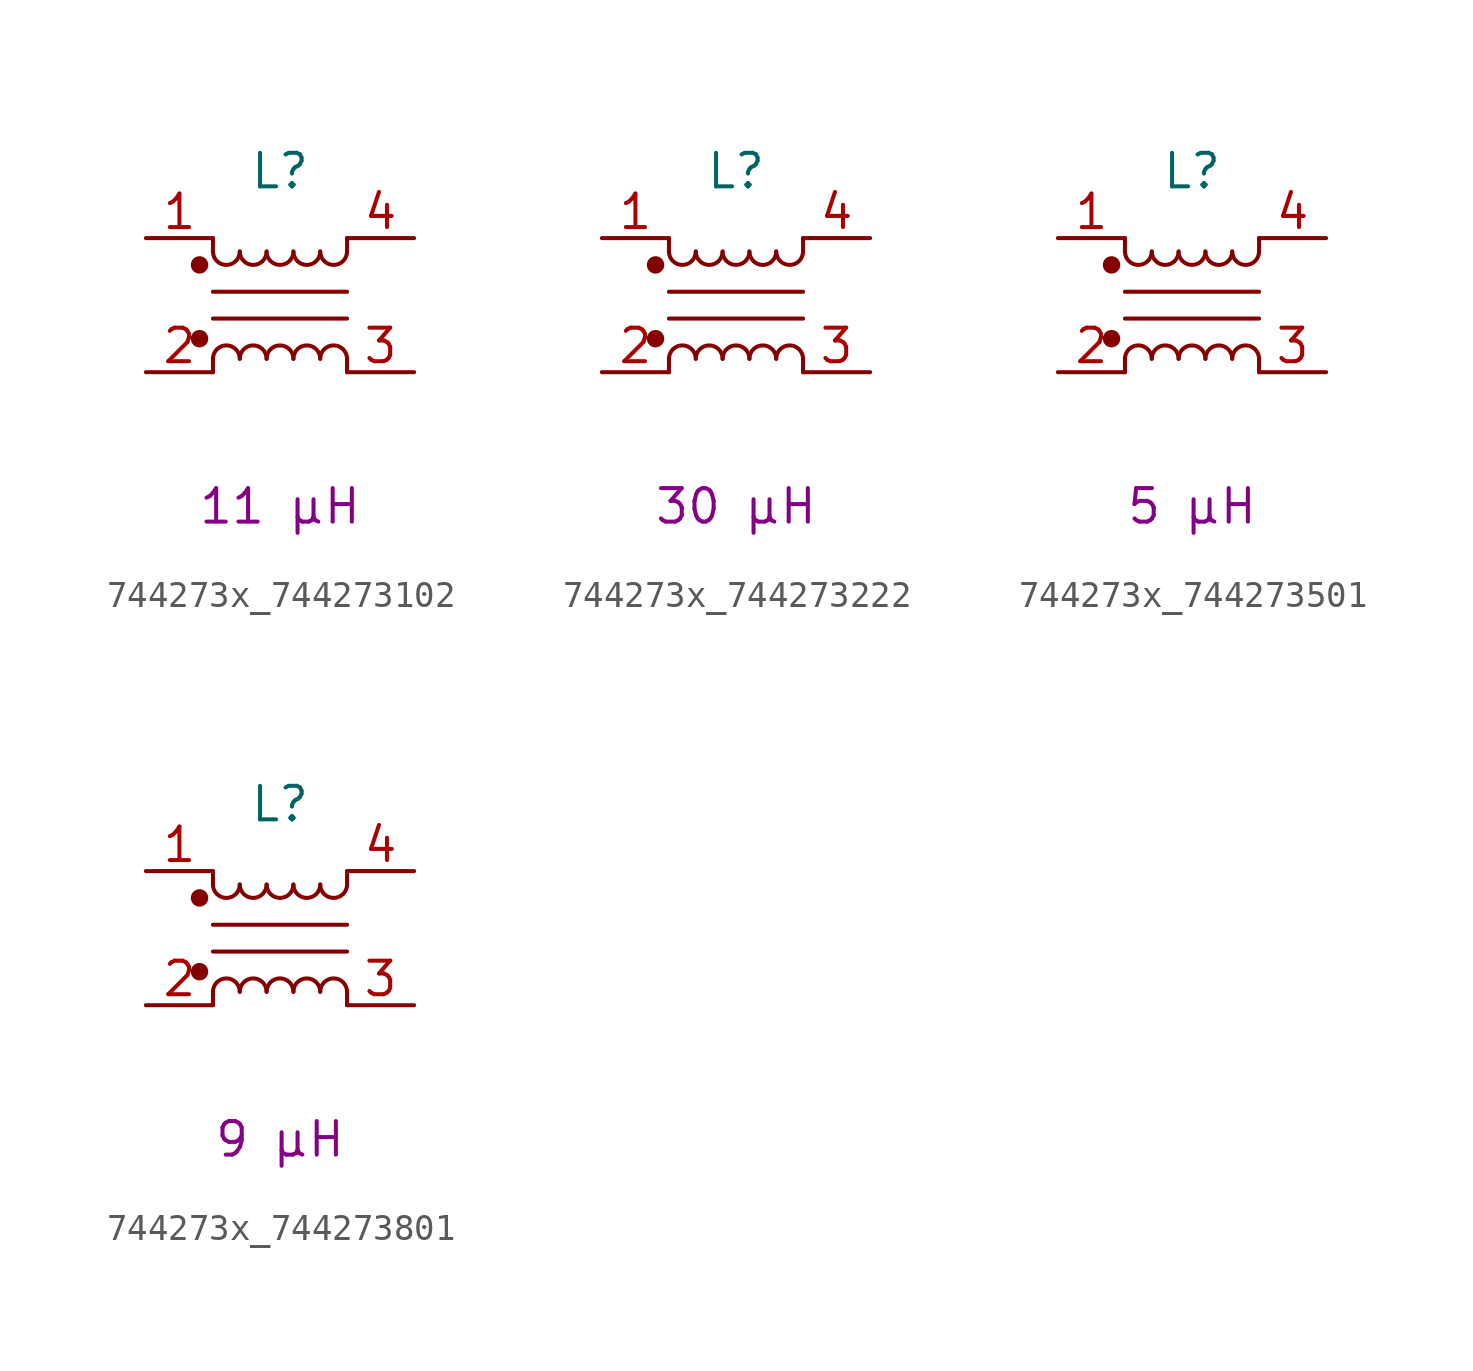
<source format=kicad_sym>
(kicad_symbol_lib
  (version 20220914)
  (generator kicad_symbol_editor)
  (symbol "744273x_744273102"
    (pin_names hide)
    (property "Reference" "L"
      (at 0 5.08 0)
      (effects (font (size 1.27 1.27))))
    (property "Critical Parameter" "11 µH"
      (at 0 -7.62 0)
      (effects (font (size 1.27 1.27))))
    (symbol "744273x_744273102_0_1"
      (circle (center -3.048 -1.27) (radius 0.254) (stroke (width 0) (type default)) (fill (type outline)))
      (circle (center -3.048 1.524) (radius 0.254) (stroke (width 0) (type default)) (fill (type outline)))
      (arc (start -2.54 2.032) (mid -2.032 1.5262) (end -1.524 2.032) (stroke (width 0) (type default)) (fill (type none)))
      (arc (start -1.524 -2.032) (mid -2.032 -1.5262) (end -2.54 -2.032) (stroke (width 0) (type default)) (fill (type none)))
      (arc (start -1.524 2.032) (mid -1.016 1.5262) (end -0.508 2.032) (stroke (width 0) (type default)) (fill (type none)))
      (arc (start -0.508 -2.032) (mid -1.016 -1.5262) (end -1.524 -2.032) (stroke (width 0) (type default)) (fill (type none)))
      (arc (start -0.508 2.032) (mid 0 1.5262) (end 0.508 2.032) (stroke (width 0) (type default)) (fill (type none)))
      (polyline (pts (xy -2.54 -2.032) (xy -2.54 -2.54)) (stroke (width 0) (type default)) (fill (type none)))
      (polyline (pts (xy -2.54 0.508) (xy 2.54 0.508)) (stroke (width 0) (type default)) (fill (type none)))
      (polyline (pts (xy -2.54 2.032) (xy -2.54 2.54)) (stroke (width 0) (type default)) (fill (type none)))
      (polyline (pts (xy 2.54 -2.032) (xy 2.54 -2.54)) (stroke (width 0) (type default)) (fill (type none)))
      (polyline (pts (xy 2.54 -0.508) (xy -2.54 -0.508)) (stroke (width 0) (type default)) (fill (type none)))
      (polyline (pts (xy 2.54 2.54) (xy 2.54 2.032)) (stroke (width 0) (type default)) (fill (type none)))
      (arc (start 0.508 -2.032) (mid 0 -1.5262) (end -0.508 -2.032) (stroke (width 0) (type default)) (fill (type none)))
      (arc (start 0.508 2.032) (mid 1.016 1.5262) (end 1.524 2.032) (stroke (width 0) (type default)) (fill (type none)))
      (arc (start 1.524 -2.032) (mid 1.016 -1.5262) (end 0.508 -2.032) (stroke (width 0) (type default)) (fill (type none)))
      (arc (start 1.524 2.032) (mid 2.032 1.5262) (end 2.54 2.032) (stroke (width 0) (type default)) (fill (type none)))
      (arc (start 2.54 -2.032) (mid 2.032 -1.5262) (end 1.524 -2.032) (stroke (width 0) (type default)) (fill (type none))))
    (symbol "744273x_744273102_1_1"
      (pin passive line (at -5.08 2.54 0) (length 2.54) (name "1" (effects (font (size 1.27 1.27)))) (number "1" (effects (font (size 1.27 1.27)))))
      (pin passive line (at -5.08 -2.54 0) (length 2.54) (name "2" (effects (font (size 1.27 1.27)))) (number "2" (effects (font (size 1.27 1.27)))))
      (pin passive line (at 5.08 -2.54 180) (length 2.54) (name "3" (effects (font (size 1.27 1.27)))) (number "3" (effects (font (size 1.27 1.27)))))
      (pin passive line (at 5.08 2.54 180) (length 2.54) (name "4" (effects (font (size 1.27 1.27)))) (number "4" (effects (font (size 1.27 1.27)))))))
  (symbol "744273x_744273222"
    (pin_names hide)
    (property "Reference" "L"
      (at 0 5.08 0)
      (effects (font (size 1.27 1.27))))
    (property "Critical Parameter" "30 µH"
      (at 0 -7.62 0)
      (effects (font (size 1.27 1.27))))
    (symbol "744273x_744273222_0_1"
      (circle (center -3.048 -1.27) (radius 0.254) (stroke (width 0) (type default)) (fill (type outline)))
      (circle (center -3.048 1.524) (radius 0.254) (stroke (width 0) (type default)) (fill (type outline)))
      (arc (start -2.54 2.032) (mid -2.032 1.5262) (end -1.524 2.032) (stroke (width 0) (type default)) (fill (type none)))
      (arc (start -1.524 -2.032) (mid -2.032 -1.5262) (end -2.54 -2.032) (stroke (width 0) (type default)) (fill (type none)))
      (arc (start -1.524 2.032) (mid -1.016 1.5262) (end -0.508 2.032) (stroke (width 0) (type default)) (fill (type none)))
      (arc (start -0.508 -2.032) (mid -1.016 -1.5262) (end -1.524 -2.032) (stroke (width 0) (type default)) (fill (type none)))
      (arc (start -0.508 2.032) (mid 0 1.5262) (end 0.508 2.032) (stroke (width 0) (type default)) (fill (type none)))
      (polyline (pts (xy -2.54 -2.032) (xy -2.54 -2.54)) (stroke (width 0) (type default)) (fill (type none)))
      (polyline (pts (xy -2.54 0.508) (xy 2.54 0.508)) (stroke (width 0) (type default)) (fill (type none)))
      (polyline (pts (xy -2.54 2.032) (xy -2.54 2.54)) (stroke (width 0) (type default)) (fill (type none)))
      (polyline (pts (xy 2.54 -2.032) (xy 2.54 -2.54)) (stroke (width 0) (type default)) (fill (type none)))
      (polyline (pts (xy 2.54 -0.508) (xy -2.54 -0.508)) (stroke (width 0) (type default)) (fill (type none)))
      (polyline (pts (xy 2.54 2.54) (xy 2.54 2.032)) (stroke (width 0) (type default)) (fill (type none)))
      (arc (start 0.508 -2.032) (mid 0 -1.5262) (end -0.508 -2.032) (stroke (width 0) (type default)) (fill (type none)))
      (arc (start 0.508 2.032) (mid 1.016 1.5262) (end 1.524 2.032) (stroke (width 0) (type default)) (fill (type none)))
      (arc (start 1.524 -2.032) (mid 1.016 -1.5262) (end 0.508 -2.032) (stroke (width 0) (type default)) (fill (type none)))
      (arc (start 1.524 2.032) (mid 2.032 1.5262) (end 2.54 2.032) (stroke (width 0) (type default)) (fill (type none)))
      (arc (start 2.54 -2.032) (mid 2.032 -1.5262) (end 1.524 -2.032) (stroke (width 0) (type default)) (fill (type none))))
    (symbol "744273x_744273222_1_1"
      (pin passive line (at -5.08 2.54 0) (length 2.54) (name "1" (effects (font (size 1.27 1.27)))) (number "1" (effects (font (size 1.27 1.27)))))
      (pin passive line (at -5.08 -2.54 0) (length 2.54) (name "2" (effects (font (size 1.27 1.27)))) (number "2" (effects (font (size 1.27 1.27)))))
      (pin passive line (at 5.08 -2.54 180) (length 2.54) (name "3" (effects (font (size 1.27 1.27)))) (number "3" (effects (font (size 1.27 1.27)))))
      (pin passive line (at 5.08 2.54 180) (length 2.54) (name "4" (effects (font (size 1.27 1.27)))) (number "4" (effects (font (size 1.27 1.27)))))))
  (symbol "744273x_744273501"
    (pin_names hide)
    (property "Reference" "L"
      (at 0 5.08 0)
      (effects (font (size 1.27 1.27))))
    (property "Critical Parameter" "5 µH"
      (at 0 -7.62 0)
      (effects (font (size 1.27 1.27))))
    (symbol "744273x_744273501_0_1"
      (circle (center -3.048 -1.27) (radius 0.254) (stroke (width 0) (type default)) (fill (type outline)))
      (circle (center -3.048 1.524) (radius 0.254) (stroke (width 0) (type default)) (fill (type outline)))
      (arc (start -2.54 2.032) (mid -2.032 1.5262) (end -1.524 2.032) (stroke (width 0) (type default)) (fill (type none)))
      (arc (start -1.524 -2.032) (mid -2.032 -1.5262) (end -2.54 -2.032) (stroke (width 0) (type default)) (fill (type none)))
      (arc (start -1.524 2.032) (mid -1.016 1.5262) (end -0.508 2.032) (stroke (width 0) (type default)) (fill (type none)))
      (arc (start -0.508 -2.032) (mid -1.016 -1.5262) (end -1.524 -2.032) (stroke (width 0) (type default)) (fill (type none)))
      (arc (start -0.508 2.032) (mid 0 1.5262) (end 0.508 2.032) (stroke (width 0) (type default)) (fill (type none)))
      (polyline (pts (xy -2.54 -2.032) (xy -2.54 -2.54)) (stroke (width 0) (type default)) (fill (type none)))
      (polyline (pts (xy -2.54 0.508) (xy 2.54 0.508)) (stroke (width 0) (type default)) (fill (type none)))
      (polyline (pts (xy -2.54 2.032) (xy -2.54 2.54)) (stroke (width 0) (type default)) (fill (type none)))
      (polyline (pts (xy 2.54 -2.032) (xy 2.54 -2.54)) (stroke (width 0) (type default)) (fill (type none)))
      (polyline (pts (xy 2.54 -0.508) (xy -2.54 -0.508)) (stroke (width 0) (type default)) (fill (type none)))
      (polyline (pts (xy 2.54 2.54) (xy 2.54 2.032)) (stroke (width 0) (type default)) (fill (type none)))
      (arc (start 0.508 -2.032) (mid 0 -1.5262) (end -0.508 -2.032) (stroke (width 0) (type default)) (fill (type none)))
      (arc (start 0.508 2.032) (mid 1.016 1.5262) (end 1.524 2.032) (stroke (width 0) (type default)) (fill (type none)))
      (arc (start 1.524 -2.032) (mid 1.016 -1.5262) (end 0.508 -2.032) (stroke (width 0) (type default)) (fill (type none)))
      (arc (start 1.524 2.032) (mid 2.032 1.5262) (end 2.54 2.032) (stroke (width 0) (type default)) (fill (type none)))
      (arc (start 2.54 -2.032) (mid 2.032 -1.5262) (end 1.524 -2.032) (stroke (width 0) (type default)) (fill (type none))))
    (symbol "744273x_744273501_1_1"
      (pin passive line (at -5.08 2.54 0) (length 2.54) (name "1" (effects (font (size 1.27 1.27)))) (number "1" (effects (font (size 1.27 1.27)))))
      (pin passive line (at -5.08 -2.54 0) (length 2.54) (name "2" (effects (font (size 1.27 1.27)))) (number "2" (effects (font (size 1.27 1.27)))))
      (pin passive line (at 5.08 -2.54 180) (length 2.54) (name "3" (effects (font (size 1.27 1.27)))) (number "3" (effects (font (size 1.27 1.27)))))
      (pin passive line (at 5.08 2.54 180) (length 2.54) (name "4" (effects (font (size 1.27 1.27)))) (number "4" (effects (font (size 1.27 1.27)))))))
  (symbol "744273x_744273801"
    (pin_names hide)
    (property "Reference" "L"
      (at 0 5.08 0)
      (effects (font (size 1.27 1.27))))
    (property "Critical Parameter" "9 µH"
      (at 0 -7.62 0)
      (effects (font (size 1.27 1.27))))
    (symbol "744273x_744273801_0_1"
      (circle (center -3.048 -1.27) (radius 0.254) (stroke (width 0) (type default)) (fill (type outline)))
      (circle (center -3.048 1.524) (radius 0.254) (stroke (width 0) (type default)) (fill (type outline)))
      (arc (start -2.54 2.032) (mid -2.032 1.5262) (end -1.524 2.032) (stroke (width 0) (type default)) (fill (type none)))
      (arc (start -1.524 -2.032) (mid -2.032 -1.5262) (end -2.54 -2.032) (stroke (width 0) (type default)) (fill (type none)))
      (arc (start -1.524 2.032) (mid -1.016 1.5262) (end -0.508 2.032) (stroke (width 0) (type default)) (fill (type none)))
      (arc (start -0.508 -2.032) (mid -1.016 -1.5262) (end -1.524 -2.032) (stroke (width 0) (type default)) (fill (type none)))
      (arc (start -0.508 2.032) (mid 0 1.5262) (end 0.508 2.032) (stroke (width 0) (type default)) (fill (type none)))
      (polyline (pts (xy -2.54 -2.032) (xy -2.54 -2.54)) (stroke (width 0) (type default)) (fill (type none)))
      (polyline (pts (xy -2.54 0.508) (xy 2.54 0.508)) (stroke (width 0) (type default)) (fill (type none)))
      (polyline (pts (xy -2.54 2.032) (xy -2.54 2.54)) (stroke (width 0) (type default)) (fill (type none)))
      (polyline (pts (xy 2.54 -2.032) (xy 2.54 -2.54)) (stroke (width 0) (type default)) (fill (type none)))
      (polyline (pts (xy 2.54 -0.508) (xy -2.54 -0.508)) (stroke (width 0) (type default)) (fill (type none)))
      (polyline (pts (xy 2.54 2.54) (xy 2.54 2.032)) (stroke (width 0) (type default)) (fill (type none)))
      (arc (start 0.508 -2.032) (mid 0 -1.5262) (end -0.508 -2.032) (stroke (width 0) (type default)) (fill (type none)))
      (arc (start 0.508 2.032) (mid 1.016 1.5262) (end 1.524 2.032) (stroke (width 0) (type default)) (fill (type none)))
      (arc (start 1.524 -2.032) (mid 1.016 -1.5262) (end 0.508 -2.032) (stroke (width 0) (type default)) (fill (type none)))
      (arc (start 1.524 2.032) (mid 2.032 1.5262) (end 2.54 2.032) (stroke (width 0) (type default)) (fill (type none)))
      (arc (start 2.54 -2.032) (mid 2.032 -1.5262) (end 1.524 -2.032) (stroke (width 0) (type default)) (fill (type none))))
    (symbol "744273x_744273801_1_1"
      (pin passive line (at -5.08 2.54 0) (length 2.54) (name "1" (effects (font (size 1.27 1.27)))) (number "1" (effects (font (size 1.27 1.27)))))
      (pin passive line (at -5.08 -2.54 0) (length 2.54) (name "2" (effects (font (size 1.27 1.27)))) (number "2" (effects (font (size 1.27 1.27)))))
      (pin passive line (at 5.08 -2.54 180) (length 2.54) (name "3" (effects (font (size 1.27 1.27)))) (number "3" (effects (font (size 1.27 1.27)))))
      (pin passive line (at 5.08 2.54 180) (length 2.54) (name "4" (effects (font (size 1.27 1.27)))) (number "4" (effects (font (size 1.27 1.27))))))))
</source>
